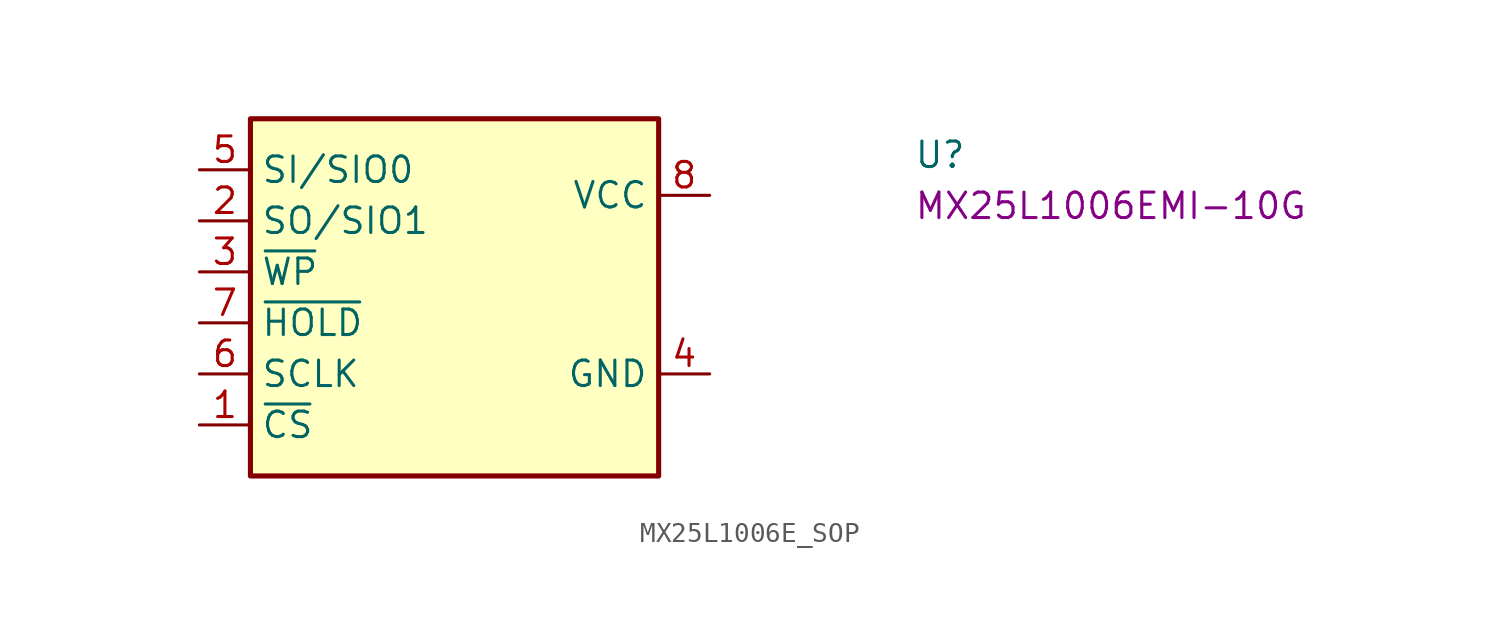
<source format=kicad_sym>
(kicad_symbol_lib
  (version 20220914)
  (generator kicad_symbol_editor)
  (symbol "MX25L1006E_SOP"
    (property "Reference" "U"
      (at 35.56 0 0)
      (effects (font (size 1.27 1.27)) (justify left bottom)))
    (property "MPN" "MX25L1006EMI-10G"
      (at 35.56 -2.54 0)
      (effects (font (size 1.27 1.27)) (justify left bottom)))
    (symbol "MX25L1006E_SOP_0_1"
      (rectangle (start 2.54 2.54) (end 22.86 -15.24) (stroke (width 0.254) (type default)) (fill (type background))))
    (symbol "MX25L1006E_SOP_1_1"
      (pin input line (at 0 -12.7 0) (length 2.54) (name "~{CS}" (effects (font (size 1.27 1.27)))) (number "1" (effects (font (size 1.27 1.27)))))
      (pin input line (at 0 -2.54 0) (length 2.54) (name "SO/SIO1" (effects (font (size 1.27 1.27)))) (number "2" (effects (font (size 1.27 1.27)))))
      (pin input line (at 0 -5.08 0) (length 2.54) (name "~{WP}" (effects (font (size 1.27 1.27)))) (number "3" (effects (font (size 1.27 1.27)))))
      (pin power_in line (at 25.4 -10.16 180) (length 2.54) (name "GND" (effects (font (size 1.27 1.27)))) (number "4" (effects (font (size 1.27 1.27)))))
      (pin input line (at 0 0 0) (length 2.54) (name "SI/SIO0" (effects (font (size 1.27 1.27)))) (number "5" (effects (font (size 1.27 1.27)))))
      (pin input line (at 0 -10.16 0) (length 2.54) (name "SCLK" (effects (font (size 1.27 1.27)))) (number "6" (effects (font (size 1.27 1.27)))))
      (pin input line (at 0 -7.62 0) (length 2.54) (name "~{HOLD}" (effects (font (size 1.27 1.27)))) (number "7" (effects (font (size 1.27 1.27)))))
      (pin power_in line (at 25.4 -1.27 180) (length 2.54) (name "VCC" (effects (font (size 1.27 1.27)))) (number "8" (effects (font (size 1.27 1.27))))))))
</source>
